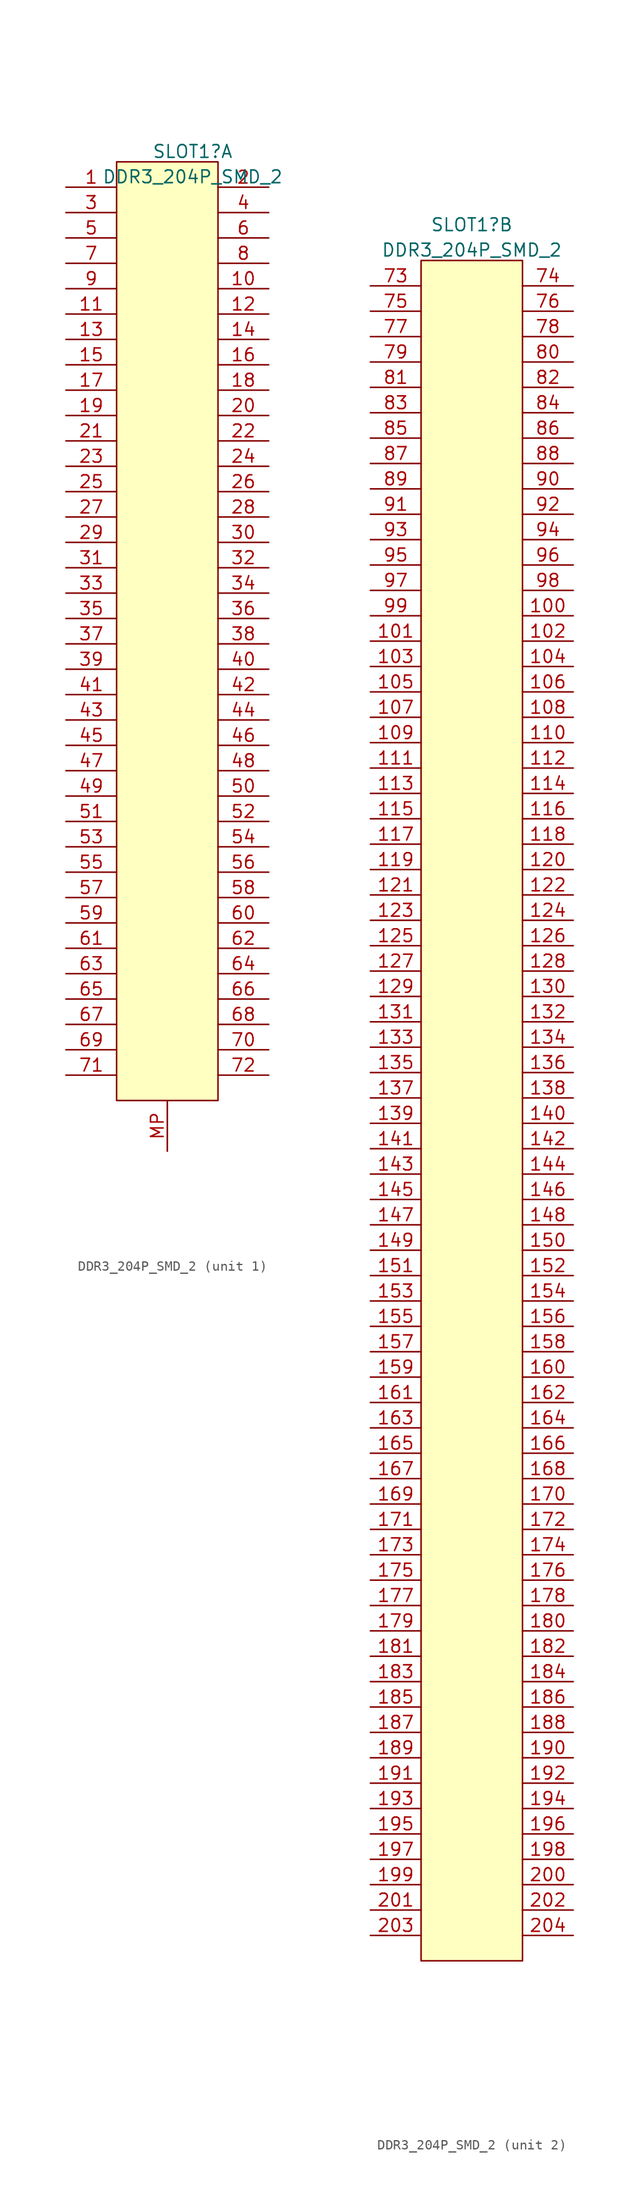
<source format=kicad_sym>
(kicad_symbol_lib
  (version 20211014)
  (generator kicad_symbol_editor)
  (symbol "DDR3_204P_SMD_2"
    (property "Reference" "SLOT1"
      (at 2.54 49.293 0)
      (effects (font (size 1.27 1.27))))
    (property "Value" "DDR3_204P_SMD_2"
      (at 2.54 46.756 0)
      (effects (font (size 1.27 1.27))))
    (symbol "DDR3_204P_SMD_2_1_0"
      (rectangle (start 5.08 48.26) (end -5.08 -45.72) (stroke (width 0) (type default) (color 0 0 0 0)) (fill (type background)))
      (pin passive line (at -10.16 45.72 0) (length 5.08) (name "1" (effects (font (size 0 0)))) (number "1" (effects (font (size 1.27 1.27)))))
      (pin passive line (at 10.16 35.56 180) (length 5.08) (name "10" (effects (font (size 0 0)))) (number "10" (effects (font (size 1.27 1.27)))))
      (pin passive line (at -10.16 33.02 0) (length 5.08) (name "11" (effects (font (size 0 0)))) (number "11" (effects (font (size 1.27 1.27)))))
      (pin passive line (at 10.16 33.02 180) (length 5.08) (name "12" (effects (font (size 0 0)))) (number "12" (effects (font (size 1.27 1.27)))))
      (pin passive line (at -10.16 30.48 0) (length 5.08) (name "13" (effects (font (size 0 0)))) (number "13" (effects (font (size 1.27 1.27)))))
      (pin passive line (at 10.16 30.48 180) (length 5.08) (name "14" (effects (font (size 0 0)))) (number "14" (effects (font (size 1.27 1.27)))))
      (pin passive line (at -10.16 27.94 0) (length 5.08) (name "15" (effects (font (size 0 0)))) (number "15" (effects (font (size 1.27 1.27)))))
      (pin passive line (at 10.16 27.94 180) (length 5.08) (name "16" (effects (font (size 0 0)))) (number "16" (effects (font (size 1.27 1.27)))))
      (pin passive line (at -10.16 25.4 0) (length 5.08) (name "17" (effects (font (size 0 0)))) (number "17" (effects (font (size 1.27 1.27)))))
      (pin passive line (at 10.16 25.4 180) (length 5.08) (name "18" (effects (font (size 0 0)))) (number "18" (effects (font (size 1.27 1.27)))))
      (pin passive line (at -10.16 22.86 0) (length 5.08) (name "19" (effects (font (size 0 0)))) (number "19" (effects (font (size 1.27 1.27)))))
      (pin passive line (at 10.16 45.72 180) (length 5.08) (name "2" (effects (font (size 0 0)))) (number "2" (effects (font (size 1.27 1.27)))))
      (pin passive line (at 10.16 22.86 180) (length 5.08) (name "20" (effects (font (size 0 0)))) (number "20" (effects (font (size 1.27 1.27)))))
      (pin passive line (at -10.16 20.32 0) (length 5.08) (name "21" (effects (font (size 0 0)))) (number "21" (effects (font (size 1.27 1.27)))))
      (pin passive line (at 10.16 20.32 180) (length 5.08) (name "22" (effects (font (size 0 0)))) (number "22" (effects (font (size 1.27 1.27)))))
      (pin passive line (at -10.16 17.78 0) (length 5.08) (name "23" (effects (font (size 0 0)))) (number "23" (effects (font (size 1.27 1.27)))))
      (pin passive line (at 10.16 17.78 180) (length 5.08) (name "24" (effects (font (size 0 0)))) (number "24" (effects (font (size 1.27 1.27)))))
      (pin passive line (at -10.16 15.24 0) (length 5.08) (name "25" (effects (font (size 0 0)))) (number "25" (effects (font (size 1.27 1.27)))))
      (pin passive line (at 10.16 15.24 180) (length 5.08) (name "26" (effects (font (size 0 0)))) (number "26" (effects (font (size 1.27 1.27)))))
      (pin passive line (at -10.16 12.7 0) (length 5.08) (name "27" (effects (font (size 0 0)))) (number "27" (effects (font (size 1.27 1.27)))))
      (pin passive line (at 10.16 12.7 180) (length 5.08) (name "28" (effects (font (size 0 0)))) (number "28" (effects (font (size 1.27 1.27)))))
      (pin passive line (at -10.16 10.16 0) (length 5.08) (name "29" (effects (font (size 0 0)))) (number "29" (effects (font (size 1.27 1.27)))))
      (pin passive line (at -10.16 43.18 0) (length 5.08) (name "3" (effects (font (size 0 0)))) (number "3" (effects (font (size 1.27 1.27)))))
      (pin passive line (at 10.16 10.16 180) (length 5.08) (name "30" (effects (font (size 0 0)))) (number "30" (effects (font (size 1.27 1.27)))))
      (pin passive line (at -10.16 7.62 0) (length 5.08) (name "31" (effects (font (size 0 0)))) (number "31" (effects (font (size 1.27 1.27)))))
      (pin passive line (at 10.16 7.62 180) (length 5.08) (name "32" (effects (font (size 0 0)))) (number "32" (effects (font (size 1.27 1.27)))))
      (pin passive line (at -10.16 5.08 0) (length 5.08) (name "33" (effects (font (size 0 0)))) (number "33" (effects (font (size 1.27 1.27)))))
      (pin passive line (at 10.16 5.08 180) (length 5.08) (name "34" (effects (font (size 0 0)))) (number "34" (effects (font (size 1.27 1.27)))))
      (pin passive line (at -10.16 2.54 0) (length 5.08) (name "35" (effects (font (size 0 0)))) (number "35" (effects (font (size 1.27 1.27)))))
      (pin passive line (at 10.16 2.54 180) (length 5.08) (name "36" (effects (font (size 0 0)))) (number "36" (effects (font (size 1.27 1.27)))))
      (pin passive line (at -10.16 0 0) (length 5.08) (name "37" (effects (font (size 0 0)))) (number "37" (effects (font (size 1.27 1.27)))))
      (pin passive line (at 10.16 0 180) (length 5.08) (name "38" (effects (font (size 0 0)))) (number "38" (effects (font (size 1.27 1.27)))))
      (pin passive line (at -10.16 -2.54 0) (length 5.08) (name "39" (effects (font (size 0 0)))) (number "39" (effects (font (size 1.27 1.27)))))
      (pin passive line (at 10.16 43.18 180) (length 5.08) (name "4" (effects (font (size 0 0)))) (number "4" (effects (font (size 1.27 1.27)))))
      (pin passive line (at 10.16 -2.54 180) (length 5.08) (name "40" (effects (font (size 0 0)))) (number "40" (effects (font (size 1.27 1.27)))))
      (pin passive line (at -10.16 -5.08 0) (length 5.08) (name "41" (effects (font (size 0 0)))) (number "41" (effects (font (size 1.27 1.27)))))
      (pin passive line (at 10.16 -5.08 180) (length 5.08) (name "42" (effects (font (size 0 0)))) (number "42" (effects (font (size 1.27 1.27)))))
      (pin passive line (at -10.16 -7.62 0) (length 5.08) (name "43" (effects (font (size 0 0)))) (number "43" (effects (font (size 1.27 1.27)))))
      (pin passive line (at 10.16 -7.62 180) (length 5.08) (name "44" (effects (font (size 0 0)))) (number "44" (effects (font (size 1.27 1.27)))))
      (pin passive line (at -10.16 -10.16 0) (length 5.08) (name "45" (effects (font (size 0 0)))) (number "45" (effects (font (size 1.27 1.27)))))
      (pin passive line (at 10.16 -10.16 180) (length 5.08) (name "46" (effects (font (size 0 0)))) (number "46" (effects (font (size 1.27 1.27)))))
      (pin passive line (at -10.16 -12.7 0) (length 5.08) (name "47" (effects (font (size 0 0)))) (number "47" (effects (font (size 1.27 1.27)))))
      (pin passive line (at 10.16 -12.7 180) (length 5.08) (name "48" (effects (font (size 0 0)))) (number "48" (effects (font (size 1.27 1.27)))))
      (pin passive line (at -10.16 -15.24 0) (length 5.08) (name "49" (effects (font (size 0 0)))) (number "49" (effects (font (size 1.27 1.27)))))
      (pin passive line (at -10.16 40.64 0) (length 5.08) (name "5" (effects (font (size 0 0)))) (number "5" (effects (font (size 1.27 1.27)))))
      (pin passive line (at 10.16 -15.24 180) (length 5.08) (name "50" (effects (font (size 0 0)))) (number "50" (effects (font (size 1.27 1.27)))))
      (pin passive line (at -10.16 -17.78 0) (length 5.08) (name "51" (effects (font (size 0 0)))) (number "51" (effects (font (size 1.27 1.27)))))
      (pin passive line (at 10.16 -17.78 180) (length 5.08) (name "52" (effects (font (size 0 0)))) (number "52" (effects (font (size 1.27 1.27)))))
      (pin passive line (at -10.16 -20.32 0) (length 5.08) (name "53" (effects (font (size 0 0)))) (number "53" (effects (font (size 1.27 1.27)))))
      (pin passive line (at 10.16 -20.32 180) (length 5.08) (name "54" (effects (font (size 0 0)))) (number "54" (effects (font (size 1.27 1.27)))))
      (pin passive line (at -10.16 -22.86 0) (length 5.08) (name "55" (effects (font (size 0 0)))) (number "55" (effects (font (size 1.27 1.27)))))
      (pin passive line (at 10.16 -22.86 180) (length 5.08) (name "56" (effects (font (size 0 0)))) (number "56" (effects (font (size 1.27 1.27)))))
      (pin passive line (at -10.16 -25.4 0) (length 5.08) (name "57" (effects (font (size 0 0)))) (number "57" (effects (font (size 1.27 1.27)))))
      (pin passive line (at 10.16 -25.4 180) (length 5.08) (name "58" (effects (font (size 0 0)))) (number "58" (effects (font (size 1.27 1.27)))))
      (pin passive line (at -10.16 -27.94 0) (length 5.08) (name "59" (effects (font (size 0 0)))) (number "59" (effects (font (size 1.27 1.27)))))
      (pin passive line (at 10.16 40.64 180) (length 5.08) (name "6" (effects (font (size 0 0)))) (number "6" (effects (font (size 1.27 1.27)))))
      (pin passive line (at 10.16 -27.94 180) (length 5.08) (name "60" (effects (font (size 0 0)))) (number "60" (effects (font (size 1.27 1.27)))))
      (pin passive line (at -10.16 -30.48 0) (length 5.08) (name "61" (effects (font (size 0 0)))) (number "61" (effects (font (size 1.27 1.27)))))
      (pin passive line (at 10.16 -30.48 180) (length 5.08) (name "62" (effects (font (size 0 0)))) (number "62" (effects (font (size 1.27 1.27)))))
      (pin passive line (at -10.16 -33.02 0) (length 5.08) (name "63" (effects (font (size 0 0)))) (number "63" (effects (font (size 1.27 1.27)))))
      (pin passive line (at 10.16 -33.02 180) (length 5.08) (name "64" (effects (font (size 0 0)))) (number "64" (effects (font (size 1.27 1.27)))))
      (pin passive line (at -10.16 -35.56 0) (length 5.08) (name "65" (effects (font (size 0 0)))) (number "65" (effects (font (size 1.27 1.27)))))
      (pin passive line (at 10.16 -35.56 180) (length 5.08) (name "66" (effects (font (size 0 0)))) (number "66" (effects (font (size 1.27 1.27)))))
      (pin passive line (at -10.16 -38.1 0) (length 5.08) (name "67" (effects (font (size 0 0)))) (number "67" (effects (font (size 1.27 1.27)))))
      (pin passive line (at 10.16 -38.1 180) (length 5.08) (name "68" (effects (font (size 0 0)))) (number "68" (effects (font (size 1.27 1.27)))))
      (pin passive line (at -10.16 -40.64 0) (length 5.08) (name "69" (effects (font (size 0 0)))) (number "69" (effects (font (size 1.27 1.27)))))
      (pin passive line (at -10.16 38.1 0) (length 5.08) (name "7" (effects (font (size 0 0)))) (number "7" (effects (font (size 1.27 1.27)))))
      (pin passive line (at 10.16 -40.64 180) (length 5.08) (name "70" (effects (font (size 0 0)))) (number "70" (effects (font (size 1.27 1.27)))))
      (pin passive line (at -10.16 -43.18 0) (length 5.08) (name "71" (effects (font (size 0 0)))) (number "71" (effects (font (size 1.27 1.27)))))
      (pin passive line (at 10.16 -43.18 180) (length 5.08) (name "72" (effects (font (size 0 0)))) (number "72" (effects (font (size 1.27 1.27)))))
      (pin passive line (at 10.16 38.1 180) (length 5.08) (name "8" (effects (font (size 0 0)))) (number "8" (effects (font (size 1.27 1.27)))))
      (pin passive line (at -10.16 35.56 0) (length 5.08) (name "9" (effects (font (size 0 0)))) (number "9" (effects (font (size 1.27 1.27)))))
      (pin passive line (at 0 -50.8 90) (length 5.08) (name "MP" (effects (font (size 0 0)))) (number "MP" (effects (font (size 1.27 1.27))))))
    (symbol "DDR3_204P_SMD_2_2_0"
      (rectangle (start 7.62 45.72) (end -2.54 -124.46) (stroke (width 0) (type default) (color 0 0 0 0)) (fill (type background)))
      (pin passive line (at 12.7 10.16 180) (length 5.08) (name "100" (effects (font (size 0 0)))) (number "100" (effects (font (size 1.27 1.27)))))
      (pin passive line (at -7.62 7.62 0) (length 5.08) (name "101" (effects (font (size 0 0)))) (number "101" (effects (font (size 1.27 1.27)))))
      (pin passive line (at 12.7 7.62 180) (length 5.08) (name "102" (effects (font (size 0 0)))) (number "102" (effects (font (size 1.27 1.27)))))
      (pin passive line (at -7.62 5.08 0) (length 5.08) (name "103" (effects (font (size 0 0)))) (number "103" (effects (font (size 1.27 1.27)))))
      (pin passive line (at 12.7 5.08 180) (length 5.08) (name "104" (effects (font (size 0 0)))) (number "104" (effects (font (size 1.27 1.27)))))
      (pin passive line (at -7.62 2.54 0) (length 5.08) (name "105" (effects (font (size 0 0)))) (number "105" (effects (font (size 1.27 1.27)))))
      (pin passive line (at 12.7 2.54 180) (length 5.08) (name "106" (effects (font (size 0 0)))) (number "106" (effects (font (size 1.27 1.27)))))
      (pin passive line (at -7.62 0 0) (length 5.08) (name "107" (effects (font (size 0 0)))) (number "107" (effects (font (size 1.27 1.27)))))
      (pin passive line (at 12.7 0 180) (length 5.08) (name "108" (effects (font (size 0 0)))) (number "108" (effects (font (size 1.27 1.27)))))
      (pin passive line (at -7.62 -2.54 0) (length 5.08) (name "109" (effects (font (size 0 0)))) (number "109" (effects (font (size 1.27 1.27)))))
      (pin passive line (at 12.7 -2.54 180) (length 5.08) (name "110" (effects (font (size 0 0)))) (number "110" (effects (font (size 1.27 1.27)))))
      (pin passive line (at -7.62 -5.08 0) (length 5.08) (name "111" (effects (font (size 0 0)))) (number "111" (effects (font (size 1.27 1.27)))))
      (pin passive line (at 12.7 -5.08 180) (length 5.08) (name "112" (effects (font (size 0 0)))) (number "112" (effects (font (size 1.27 1.27)))))
      (pin passive line (at -7.62 -7.62 0) (length 5.08) (name "113" (effects (font (size 0 0)))) (number "113" (effects (font (size 1.27 1.27)))))
      (pin passive line (at 12.7 -7.62 180) (length 5.08) (name "114" (effects (font (size 0 0)))) (number "114" (effects (font (size 1.27 1.27)))))
      (pin passive line (at -7.62 -10.16 0) (length 5.08) (name "115" (effects (font (size 0 0)))) (number "115" (effects (font (size 1.27 1.27)))))
      (pin passive line (at 12.7 -10.16 180) (length 5.08) (name "116" (effects (font (size 0 0)))) (number "116" (effects (font (size 1.27 1.27)))))
      (pin passive line (at -7.62 -12.7 0) (length 5.08) (name "117" (effects (font (size 0 0)))) (number "117" (effects (font (size 1.27 1.27)))))
      (pin passive line (at 12.7 -12.7 180) (length 5.08) (name "118" (effects (font (size 0 0)))) (number "118" (effects (font (size 1.27 1.27)))))
      (pin passive line (at -7.62 -15.24 0) (length 5.08) (name "119" (effects (font (size 0 0)))) (number "119" (effects (font (size 1.27 1.27)))))
      (pin passive line (at 12.7 -15.24 180) (length 5.08) (name "120" (effects (font (size 0 0)))) (number "120" (effects (font (size 1.27 1.27)))))
      (pin passive line (at -7.62 -17.78 0) (length 5.08) (name "121" (effects (font (size 0 0)))) (number "121" (effects (font (size 1.27 1.27)))))
      (pin passive line (at 12.7 -17.78 180) (length 5.08) (name "122" (effects (font (size 0 0)))) (number "122" (effects (font (size 1.27 1.27)))))
      (pin passive line (at -7.62 -20.32 0) (length 5.08) (name "123" (effects (font (size 0 0)))) (number "123" (effects (font (size 1.27 1.27)))))
      (pin passive line (at 12.7 -20.32 180) (length 5.08) (name "124" (effects (font (size 0 0)))) (number "124" (effects (font (size 1.27 1.27)))))
      (pin passive line (at -7.62 -22.86 0) (length 5.08) (name "125" (effects (font (size 0 0)))) (number "125" (effects (font (size 1.27 1.27)))))
      (pin passive line (at 12.7 -22.86 180) (length 5.08) (name "126" (effects (font (size 0 0)))) (number "126" (effects (font (size 1.27 1.27)))))
      (pin passive line (at -7.62 -25.4 0) (length 5.08) (name "127" (effects (font (size 0 0)))) (number "127" (effects (font (size 1.27 1.27)))))
      (pin passive line (at 12.7 -25.4 180) (length 5.08) (name "128" (effects (font (size 0 0)))) (number "128" (effects (font (size 1.27 1.27)))))
      (pin passive line (at -7.62 -27.94 0) (length 5.08) (name "129" (effects (font (size 0 0)))) (number "129" (effects (font (size 1.27 1.27)))))
      (pin passive line (at 12.7 -27.94 180) (length 5.08) (name "130" (effects (font (size 0 0)))) (number "130" (effects (font (size 1.27 1.27)))))
      (pin passive line (at -7.62 -30.48 0) (length 5.08) (name "131" (effects (font (size 0 0)))) (number "131" (effects (font (size 1.27 1.27)))))
      (pin passive line (at 12.7 -30.48 180) (length 5.08) (name "132" (effects (font (size 0 0)))) (number "132" (effects (font (size 1.27 1.27)))))
      (pin passive line (at -7.62 -33.02 0) (length 5.08) (name "133" (effects (font (size 0 0)))) (number "133" (effects (font (size 1.27 1.27)))))
      (pin passive line (at 12.7 -33.02 180) (length 5.08) (name "134" (effects (font (size 0 0)))) (number "134" (effects (font (size 1.27 1.27)))))
      (pin passive line (at -7.62 -35.56 0) (length 5.08) (name "135" (effects (font (size 0 0)))) (number "135" (effects (font (size 1.27 1.27)))))
      (pin passive line (at 12.7 -35.56 180) (length 5.08) (name "136" (effects (font (size 0 0)))) (number "136" (effects (font (size 1.27 1.27)))))
      (pin passive line (at -7.62 -38.1 0) (length 5.08) (name "137" (effects (font (size 0 0)))) (number "137" (effects (font (size 1.27 1.27)))))
      (pin passive line (at 12.7 -38.1 180) (length 5.08) (name "138" (effects (font (size 0 0)))) (number "138" (effects (font (size 1.27 1.27)))))
      (pin passive line (at -7.62 -40.64 0) (length 5.08) (name "139" (effects (font (size 0 0)))) (number "139" (effects (font (size 1.27 1.27)))))
      (pin passive line (at 12.7 -40.64 180) (length 5.08) (name "140" (effects (font (size 0 0)))) (number "140" (effects (font (size 1.27 1.27)))))
      (pin passive line (at -7.62 -43.18 0) (length 5.08) (name "141" (effects (font (size 0 0)))) (number "141" (effects (font (size 1.27 1.27)))))
      (pin passive line (at 12.7 -43.18 180) (length 5.08) (name "142" (effects (font (size 0 0)))) (number "142" (effects (font (size 1.27 1.27)))))
      (pin passive line (at -7.62 -45.72 0) (length 5.08) (name "143" (effects (font (size 0 0)))) (number "143" (effects (font (size 1.27 1.27)))))
      (pin passive line (at 12.7 -45.72 180) (length 5.08) (name "144" (effects (font (size 0 0)))) (number "144" (effects (font (size 1.27 1.27)))))
      (pin passive line (at -7.62 -48.26 0) (length 5.08) (name "145" (effects (font (size 0 0)))) (number "145" (effects (font (size 1.27 1.27)))))
      (pin passive line (at 12.7 -48.26 180) (length 5.08) (name "146" (effects (font (size 0 0)))) (number "146" (effects (font (size 1.27 1.27)))))
      (pin passive line (at -7.62 -50.8 0) (length 5.08) (name "147" (effects (font (size 0 0)))) (number "147" (effects (font (size 1.27 1.27)))))
      (pin passive line (at 12.7 -50.8 180) (length 5.08) (name "148" (effects (font (size 0 0)))) (number "148" (effects (font (size 1.27 1.27)))))
      (pin passive line (at -7.62 -53.34 0) (length 5.08) (name "149" (effects (font (size 0 0)))) (number "149" (effects (font (size 1.27 1.27)))))
      (pin passive line (at 12.7 -53.34 180) (length 5.08) (name "150" (effects (font (size 0 0)))) (number "150" (effects (font (size 1.27 1.27)))))
      (pin passive line (at -7.62 -55.88 0) (length 5.08) (name "151" (effects (font (size 0 0)))) (number "151" (effects (font (size 1.27 1.27)))))
      (pin passive line (at 12.7 -55.88 180) (length 5.08) (name "152" (effects (font (size 0 0)))) (number "152" (effects (font (size 1.27 1.27)))))
      (pin passive line (at -7.62 -58.42 0) (length 5.08) (name "153" (effects (font (size 0 0)))) (number "153" (effects (font (size 1.27 1.27)))))
      (pin passive line (at 12.7 -58.42 180) (length 5.08) (name "154" (effects (font (size 0 0)))) (number "154" (effects (font (size 1.27 1.27)))))
      (pin passive line (at -7.62 -60.96 0) (length 5.08) (name "155" (effects (font (size 0 0)))) (number "155" (effects (font (size 1.27 1.27)))))
      (pin passive line (at 12.7 -60.96 180) (length 5.08) (name "156" (effects (font (size 0 0)))) (number "156" (effects (font (size 1.27 1.27)))))
      (pin passive line (at -7.62 -63.5 0) (length 5.08) (name "157" (effects (font (size 0 0)))) (number "157" (effects (font (size 1.27 1.27)))))
      (pin passive line (at 12.7 -63.5 180) (length 5.08) (name "158" (effects (font (size 0 0)))) (number "158" (effects (font (size 1.27 1.27)))))
      (pin passive line (at -7.62 -66.04 0) (length 5.08) (name "159" (effects (font (size 0 0)))) (number "159" (effects (font (size 1.27 1.27)))))
      (pin passive line (at 12.7 -66.04 180) (length 5.08) (name "160" (effects (font (size 0 0)))) (number "160" (effects (font (size 1.27 1.27)))))
      (pin passive line (at -7.62 -68.58 0) (length 5.08) (name "161" (effects (font (size 0 0)))) (number "161" (effects (font (size 1.27 1.27)))))
      (pin passive line (at 12.7 -68.58 180) (length 5.08) (name "162" (effects (font (size 0 0)))) (number "162" (effects (font (size 1.27 1.27)))))
      (pin passive line (at -7.62 -71.12 0) (length 5.08) (name "163" (effects (font (size 0 0)))) (number "163" (effects (font (size 1.27 1.27)))))
      (pin passive line (at 12.7 -71.12 180) (length 5.08) (name "164" (effects (font (size 0 0)))) (number "164" (effects (font (size 1.27 1.27)))))
      (pin passive line (at -7.62 -73.66 0) (length 5.08) (name "165" (effects (font (size 0 0)))) (number "165" (effects (font (size 1.27 1.27)))))
      (pin passive line (at 12.7 -73.66 180) (length 5.08) (name "166" (effects (font (size 0 0)))) (number "166" (effects (font (size 1.27 1.27)))))
      (pin passive line (at -7.62 -76.2 0) (length 5.08) (name "167" (effects (font (size 0 0)))) (number "167" (effects (font (size 1.27 1.27)))))
      (pin passive line (at 12.7 -76.2 180) (length 5.08) (name "168" (effects (font (size 0 0)))) (number "168" (effects (font (size 1.27 1.27)))))
      (pin passive line (at -7.62 -78.74 0) (length 5.08) (name "169" (effects (font (size 0 0)))) (number "169" (effects (font (size 1.27 1.27)))))
      (pin passive line (at 12.7 -78.74 180) (length 5.08) (name "170" (effects (font (size 0 0)))) (number "170" (effects (font (size 1.27 1.27)))))
      (pin passive line (at -7.62 -81.28 0) (length 5.08) (name "171" (effects (font (size 0 0)))) (number "171" (effects (font (size 1.27 1.27)))))
      (pin passive line (at 12.7 -81.28 180) (length 5.08) (name "172" (effects (font (size 0 0)))) (number "172" (effects (font (size 1.27 1.27)))))
      (pin passive line (at -7.62 -83.82 0) (length 5.08) (name "173" (effects (font (size 0 0)))) (number "173" (effects (font (size 1.27 1.27)))))
      (pin passive line (at 12.7 -83.82 180) (length 5.08) (name "174" (effects (font (size 0 0)))) (number "174" (effects (font (size 1.27 1.27)))))
      (pin passive line (at -7.62 -86.36 0) (length 5.08) (name "175" (effects (font (size 0 0)))) (number "175" (effects (font (size 1.27 1.27)))))
      (pin passive line (at 12.7 -86.36 180) (length 5.08) (name "176" (effects (font (size 0 0)))) (number "176" (effects (font (size 1.27 1.27)))))
      (pin passive line (at -7.62 -88.9 0) (length 5.08) (name "177" (effects (font (size 0 0)))) (number "177" (effects (font (size 1.27 1.27)))))
      (pin passive line (at 12.7 -88.9 180) (length 5.08) (name "178" (effects (font (size 0 0)))) (number "178" (effects (font (size 1.27 1.27)))))
      (pin passive line (at -7.62 -91.44 0) (length 5.08) (name "179" (effects (font (size 0 0)))) (number "179" (effects (font (size 1.27 1.27)))))
      (pin passive line (at 12.7 -91.44 180) (length 5.08) (name "180" (effects (font (size 0 0)))) (number "180" (effects (font (size 1.27 1.27)))))
      (pin passive line (at -7.62 -93.98 0) (length 5.08) (name "181" (effects (font (size 0 0)))) (number "181" (effects (font (size 1.27 1.27)))))
      (pin passive line (at 12.7 -93.98 180) (length 5.08) (name "182" (effects (font (size 0 0)))) (number "182" (effects (font (size 1.27 1.27)))))
      (pin passive line (at -7.62 -96.52 0) (length 5.08) (name "183" (effects (font (size 0 0)))) (number "183" (effects (font (size 1.27 1.27)))))
      (pin passive line (at 12.7 -96.52 180) (length 5.08) (name "184" (effects (font (size 0 0)))) (number "184" (effects (font (size 1.27 1.27)))))
      (pin passive line (at -7.62 -99.06 0) (length 5.08) (name "185" (effects (font (size 0 0)))) (number "185" (effects (font (size 1.27 1.27)))))
      (pin passive line (at 12.7 -99.06 180) (length 5.08) (name "186" (effects (font (size 0 0)))) (number "186" (effects (font (size 1.27 1.27)))))
      (pin passive line (at -7.62 -101.6 0) (length 5.08) (name "187" (effects (font (size 0 0)))) (number "187" (effects (font (size 1.27 1.27)))))
      (pin passive line (at 12.7 -101.6 180) (length 5.08) (name "188" (effects (font (size 0 0)))) (number "188" (effects (font (size 1.27 1.27)))))
      (pin passive line (at -7.62 -104.14 0) (length 5.08) (name "189" (effects (font (size 0 0)))) (number "189" (effects (font (size 1.27 1.27)))))
      (pin passive line (at 12.7 -104.14 180) (length 5.08) (name "190" (effects (font (size 0 0)))) (number "190" (effects (font (size 1.27 1.27)))))
      (pin passive line (at -7.62 -106.68 0) (length 5.08) (name "191" (effects (font (size 0 0)))) (number "191" (effects (font (size 1.27 1.27)))))
      (pin passive line (at 12.7 -106.68 180) (length 5.08) (name "192" (effects (font (size 0 0)))) (number "192" (effects (font (size 1.27 1.27)))))
      (pin passive line (at -7.62 -109.22 0) (length 5.08) (name "193" (effects (font (size 0 0)))) (number "193" (effects (font (size 1.27 1.27)))))
      (pin passive line (at 12.7 -109.22 180) (length 5.08) (name "194" (effects (font (size 0 0)))) (number "194" (effects (font (size 1.27 1.27)))))
      (pin passive line (at -7.62 -111.76 0) (length 5.08) (name "195" (effects (font (size 0 0)))) (number "195" (effects (font (size 1.27 1.27)))))
      (pin passive line (at 12.7 -111.76 180) (length 5.08) (name "196" (effects (font (size 0 0)))) (number "196" (effects (font (size 1.27 1.27)))))
      (pin passive line (at -7.62 -114.3 0) (length 5.08) (name "197" (effects (font (size 0 0)))) (number "197" (effects (font (size 1.27 1.27)))))
      (pin passive line (at 12.7 -114.3 180) (length 5.08) (name "198" (effects (font (size 0 0)))) (number "198" (effects (font (size 1.27 1.27)))))
      (pin passive line (at -7.62 -116.84 0) (length 5.08) (name "199" (effects (font (size 0 0)))) (number "199" (effects (font (size 1.27 1.27)))))
      (pin passive line (at 12.7 -116.84 180) (length 5.08) (name "200" (effects (font (size 0 0)))) (number "200" (effects (font (size 1.27 1.27)))))
      (pin passive line (at -7.62 -119.38 0) (length 5.08) (name "201" (effects (font (size 0 0)))) (number "201" (effects (font (size 1.27 1.27)))))
      (pin passive line (at 12.7 -119.38 180) (length 5.08) (name "202" (effects (font (size 0 0)))) (number "202" (effects (font (size 1.27 1.27)))))
      (pin passive line (at -7.62 -121.92 0) (length 5.08) (name "203" (effects (font (size 0 0)))) (number "203" (effects (font (size 1.27 1.27)))))
      (pin passive line (at 12.7 -121.92 180) (length 5.08) (name "204" (effects (font (size 0 0)))) (number "204" (effects (font (size 1.27 1.27)))))
      (pin passive line (at -7.62 43.18 0) (length 5.08) (name "73" (effects (font (size 0 0)))) (number "73" (effects (font (size 1.27 1.27)))))
      (pin passive line (at 12.7 43.18 180) (length 5.08) (name "74" (effects (font (size 0 0)))) (number "74" (effects (font (size 1.27 1.27)))))
      (pin passive line (at -7.62 40.64 0) (length 5.08) (name "75" (effects (font (size 0 0)))) (number "75" (effects (font (size 1.27 1.27)))))
      (pin passive line (at 12.7 40.64 180) (length 5.08) (name "76" (effects (font (size 0 0)))) (number "76" (effects (font (size 1.27 1.27)))))
      (pin passive line (at -7.62 38.1 0) (length 5.08) (name "77" (effects (font (size 0 0)))) (number "77" (effects (font (size 1.27 1.27)))))
      (pin passive line (at 12.7 38.1 180) (length 5.08) (name "78" (effects (font (size 0 0)))) (number "78" (effects (font (size 1.27 1.27)))))
      (pin passive line (at -7.62 35.56 0) (length 5.08) (name "79" (effects (font (size 0 0)))) (number "79" (effects (font (size 1.27 1.27)))))
      (pin passive line (at 12.7 35.56 180) (length 5.08) (name "80" (effects (font (size 0 0)))) (number "80" (effects (font (size 1.27 1.27)))))
      (pin passive line (at -7.62 33.02 0) (length 5.08) (name "81" (effects (font (size 0 0)))) (number "81" (effects (font (size 1.27 1.27)))))
      (pin passive line (at 12.7 33.02 180) (length 5.08) (name "82" (effects (font (size 0 0)))) (number "82" (effects (font (size 1.27 1.27)))))
      (pin passive line (at -7.62 30.48 0) (length 5.08) (name "83" (effects (font (size 0 0)))) (number "83" (effects (font (size 1.27 1.27)))))
      (pin passive line (at 12.7 30.48 180) (length 5.08) (name "84" (effects (font (size 0 0)))) (number "84" (effects (font (size 1.27 1.27)))))
      (pin passive line (at -7.62 27.94 0) (length 5.08) (name "85" (effects (font (size 0 0)))) (number "85" (effects (font (size 1.27 1.27)))))
      (pin passive line (at 12.7 27.94 180) (length 5.08) (name "86" (effects (font (size 0 0)))) (number "86" (effects (font (size 1.27 1.27)))))
      (pin passive line (at -7.62 25.4 0) (length 5.08) (name "87" (effects (font (size 0 0)))) (number "87" (effects (font (size 1.27 1.27)))))
      (pin passive line (at 12.7 25.4 180) (length 5.08) (name "88" (effects (font (size 0 0)))) (number "88" (effects (font (size 1.27 1.27)))))
      (pin passive line (at -7.62 22.86 0) (length 5.08) (name "89" (effects (font (size 0 0)))) (number "89" (effects (font (size 1.27 1.27)))))
      (pin passive line (at 12.7 22.86 180) (length 5.08) (name "90" (effects (font (size 0 0)))) (number "90" (effects (font (size 1.27 1.27)))))
      (pin passive line (at -7.62 20.32 0) (length 5.08) (name "91" (effects (font (size 0 0)))) (number "91" (effects (font (size 1.27 1.27)))))
      (pin passive line (at 12.7 20.32 180) (length 5.08) (name "92" (effects (font (size 0 0)))) (number "92" (effects (font (size 1.27 1.27)))))
      (pin passive line (at -7.62 17.78 0) (length 5.08) (name "93" (effects (font (size 0 0)))) (number "93" (effects (font (size 1.27 1.27)))))
      (pin passive line (at 12.7 17.78 180) (length 5.08) (name "94" (effects (font (size 0 0)))) (number "94" (effects (font (size 1.27 1.27)))))
      (pin passive line (at -7.62 15.24 0) (length 5.08) (name "95" (effects (font (size 0 0)))) (number "95" (effects (font (size 1.27 1.27)))))
      (pin passive line (at 12.7 15.24 180) (length 5.08) (name "96" (effects (font (size 0 0)))) (number "96" (effects (font (size 1.27 1.27)))))
      (pin passive line (at -7.62 12.7 0) (length 5.08) (name "97" (effects (font (size 0 0)))) (number "97" (effects (font (size 1.27 1.27)))))
      (pin passive line (at 12.7 12.7 180) (length 5.08) (name "98" (effects (font (size 0 0)))) (number "98" (effects (font (size 1.27 1.27)))))
      (pin passive line (at -7.62 10.16 0) (length 5.08) (name "99" (effects (font (size 0 0)))) (number "99" (effects (font (size 1.27 1.27))))))))
</source>
